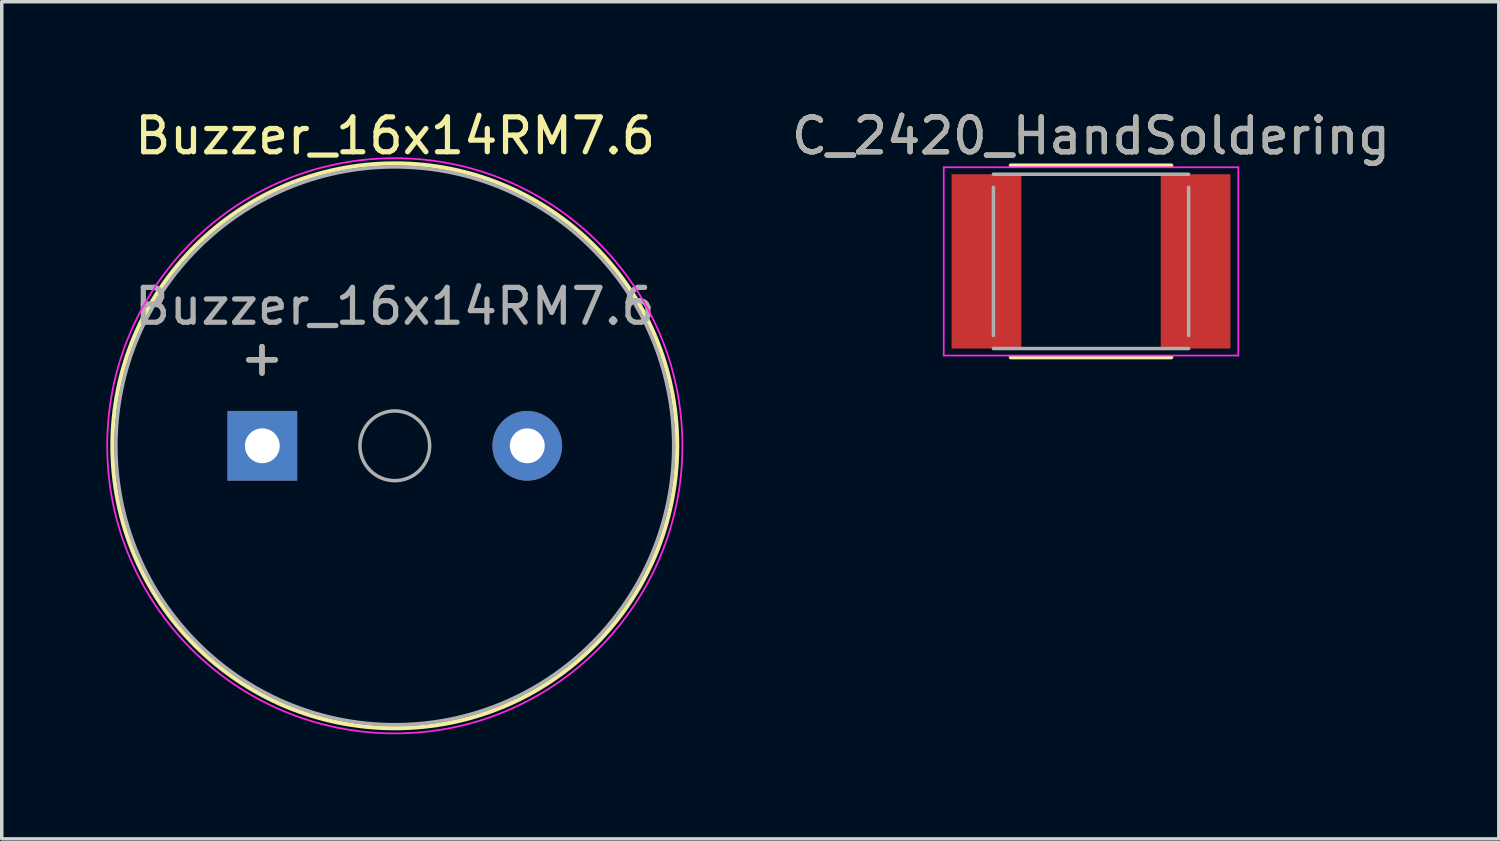
<source format=kicad_pcb>
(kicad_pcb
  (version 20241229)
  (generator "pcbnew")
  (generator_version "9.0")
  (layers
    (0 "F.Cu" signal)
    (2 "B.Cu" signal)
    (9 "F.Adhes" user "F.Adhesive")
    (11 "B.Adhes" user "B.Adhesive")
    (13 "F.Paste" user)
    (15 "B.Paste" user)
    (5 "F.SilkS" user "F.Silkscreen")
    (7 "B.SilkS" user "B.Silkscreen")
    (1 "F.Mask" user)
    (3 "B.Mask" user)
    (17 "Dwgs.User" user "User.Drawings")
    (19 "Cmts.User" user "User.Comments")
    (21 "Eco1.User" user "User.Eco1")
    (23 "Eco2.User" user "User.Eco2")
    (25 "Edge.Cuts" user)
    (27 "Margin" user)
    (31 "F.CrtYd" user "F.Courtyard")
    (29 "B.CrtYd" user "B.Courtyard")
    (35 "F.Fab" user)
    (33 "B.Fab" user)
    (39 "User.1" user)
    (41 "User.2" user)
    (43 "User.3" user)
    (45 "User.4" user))
  (footprint "C_2420_HandSoldering"
    (layer "F.Cu")
    (at 28.246 4.448)
    (property "Reference" "C_2420_HandSoldering" (at 0 -3.6 0) (layer "F.SilkS") (effects (font (size 1 1) (thickness 0.15))))
    (attr smd)
    (fp_line (start -2.3 2.75) (end 2.3 2.75) (stroke (width 0.12) (type solid)) (layer "F.SilkS"))
    (fp_line (start 2.3 -2.75) (end -2.3 -2.75) (stroke (width 0.12) (type solid)) (layer "F.SilkS"))
    (fp_line (start -4.225 -2.7) (end -4.225 2.7) (stroke (width 0.05) (type solid)) (layer "F.CrtYd"))
    (fp_line (start -4.225 -2.7) (end 4.225 -2.7) (stroke (width 0.05) (type solid)) (layer "F.CrtYd"))
    (fp_line (start -4.225 2.7) (end 4.225 2.7) (stroke (width 0.05) (type solid)) (layer "F.CrtYd"))
    (fp_line (start 4.225 2.7) (end 4.225 -2.7) (stroke (width 0.05) (type solid)) (layer "F.CrtYd"))
    (fp_line (start -2.8 -2.5) (end 2.8 -2.5) (stroke (width 0.1) (type solid)) (layer "F.Fab"))
    (fp_line (start -2.8 2.125) (end -2.8 -2.125) (stroke (width 0.1) (type solid)) (layer "F.Fab"))
    (fp_line (start 2.8 -2.125) (end 2.8 2.125) (stroke (width 0.1) (type solid)) (layer "F.Fab"))
    (fp_line (start 2.8 2.5) (end -2.8 2.5) (stroke (width 0.1) (type solid)) (layer "F.Fab"))
    (fp_text user "${REFERENCE}" (at 0 -3.6 0) (layer "F.Fab") (effects (font (size 1 1) (thickness 0.15))))
    (pad "1" smd rect (at -3 0) (size 2 5) (layers "F.Cu" "F.Mask" "F.Paste"))
    (pad "2" smd rect (at 3 0) (size 2 5) (layers "F.Cu" "F.Mask" "F.Paste")))
  (footprint "Buzzer_16x14RM7.6"
    (layer "F.Cu")
    (at 4.475 9.738)
    (property "Reference" "Buzzer_16x14RM7.6" (at 3.81 -8.89 0) (layer "F.SilkS") (effects (font (size 1 1) (thickness 0.15))))
    (attr through_hole)
    (fp_circle (center 3.8 0) (end 11.9 0) (stroke (width 0.12) (type solid)) (fill no) (layer "F.SilkS"))
    (fp_circle (center 3.8 0) (end 12.05 0) (stroke (width 0.05) (type solid)) (fill no) (layer "F.CrtYd"))
    (fp_circle (center 3.8 0) (end 4.8 0) (stroke (width 0.1) (type solid)) (fill no) (layer "F.Fab"))
    (fp_circle (center 3.8 0) (end 11.8 0) (stroke (width 0.1) (type solid)) (fill no) (layer "F.Fab"))
    (fp_text user "+" (at -0.01 -2.54 0) (layer "F.SilkS") (effects (font (size 1 1) (thickness 0.15))))
    (fp_text user "${REFERENCE}" (at 3.8 -4 0) (layer "F.Fab") (effects (font (size 1 1) (thickness 0.15))))
    (fp_text user "+" (at -0.01 -2.54 0) (layer "F.Fab") (effects (font (size 1 1) (thickness 0.15))))
    (pad "1" thru_hole rect (at 0 0) (size 2 2) (drill 1) (layers "*.Cu" "*.Mask"))
    (pad "2" thru_hole circle (at 7.6 0) (size 2 2) (drill 1) (layers "*.Cu" "*.Mask")))
  (gr_rect
    (start -3 -3)
    (end 39.943 21.013)
    (stroke (width 0.1) (type default))
    (fill no)
    (layer "Edge.Cuts")))
</source>
